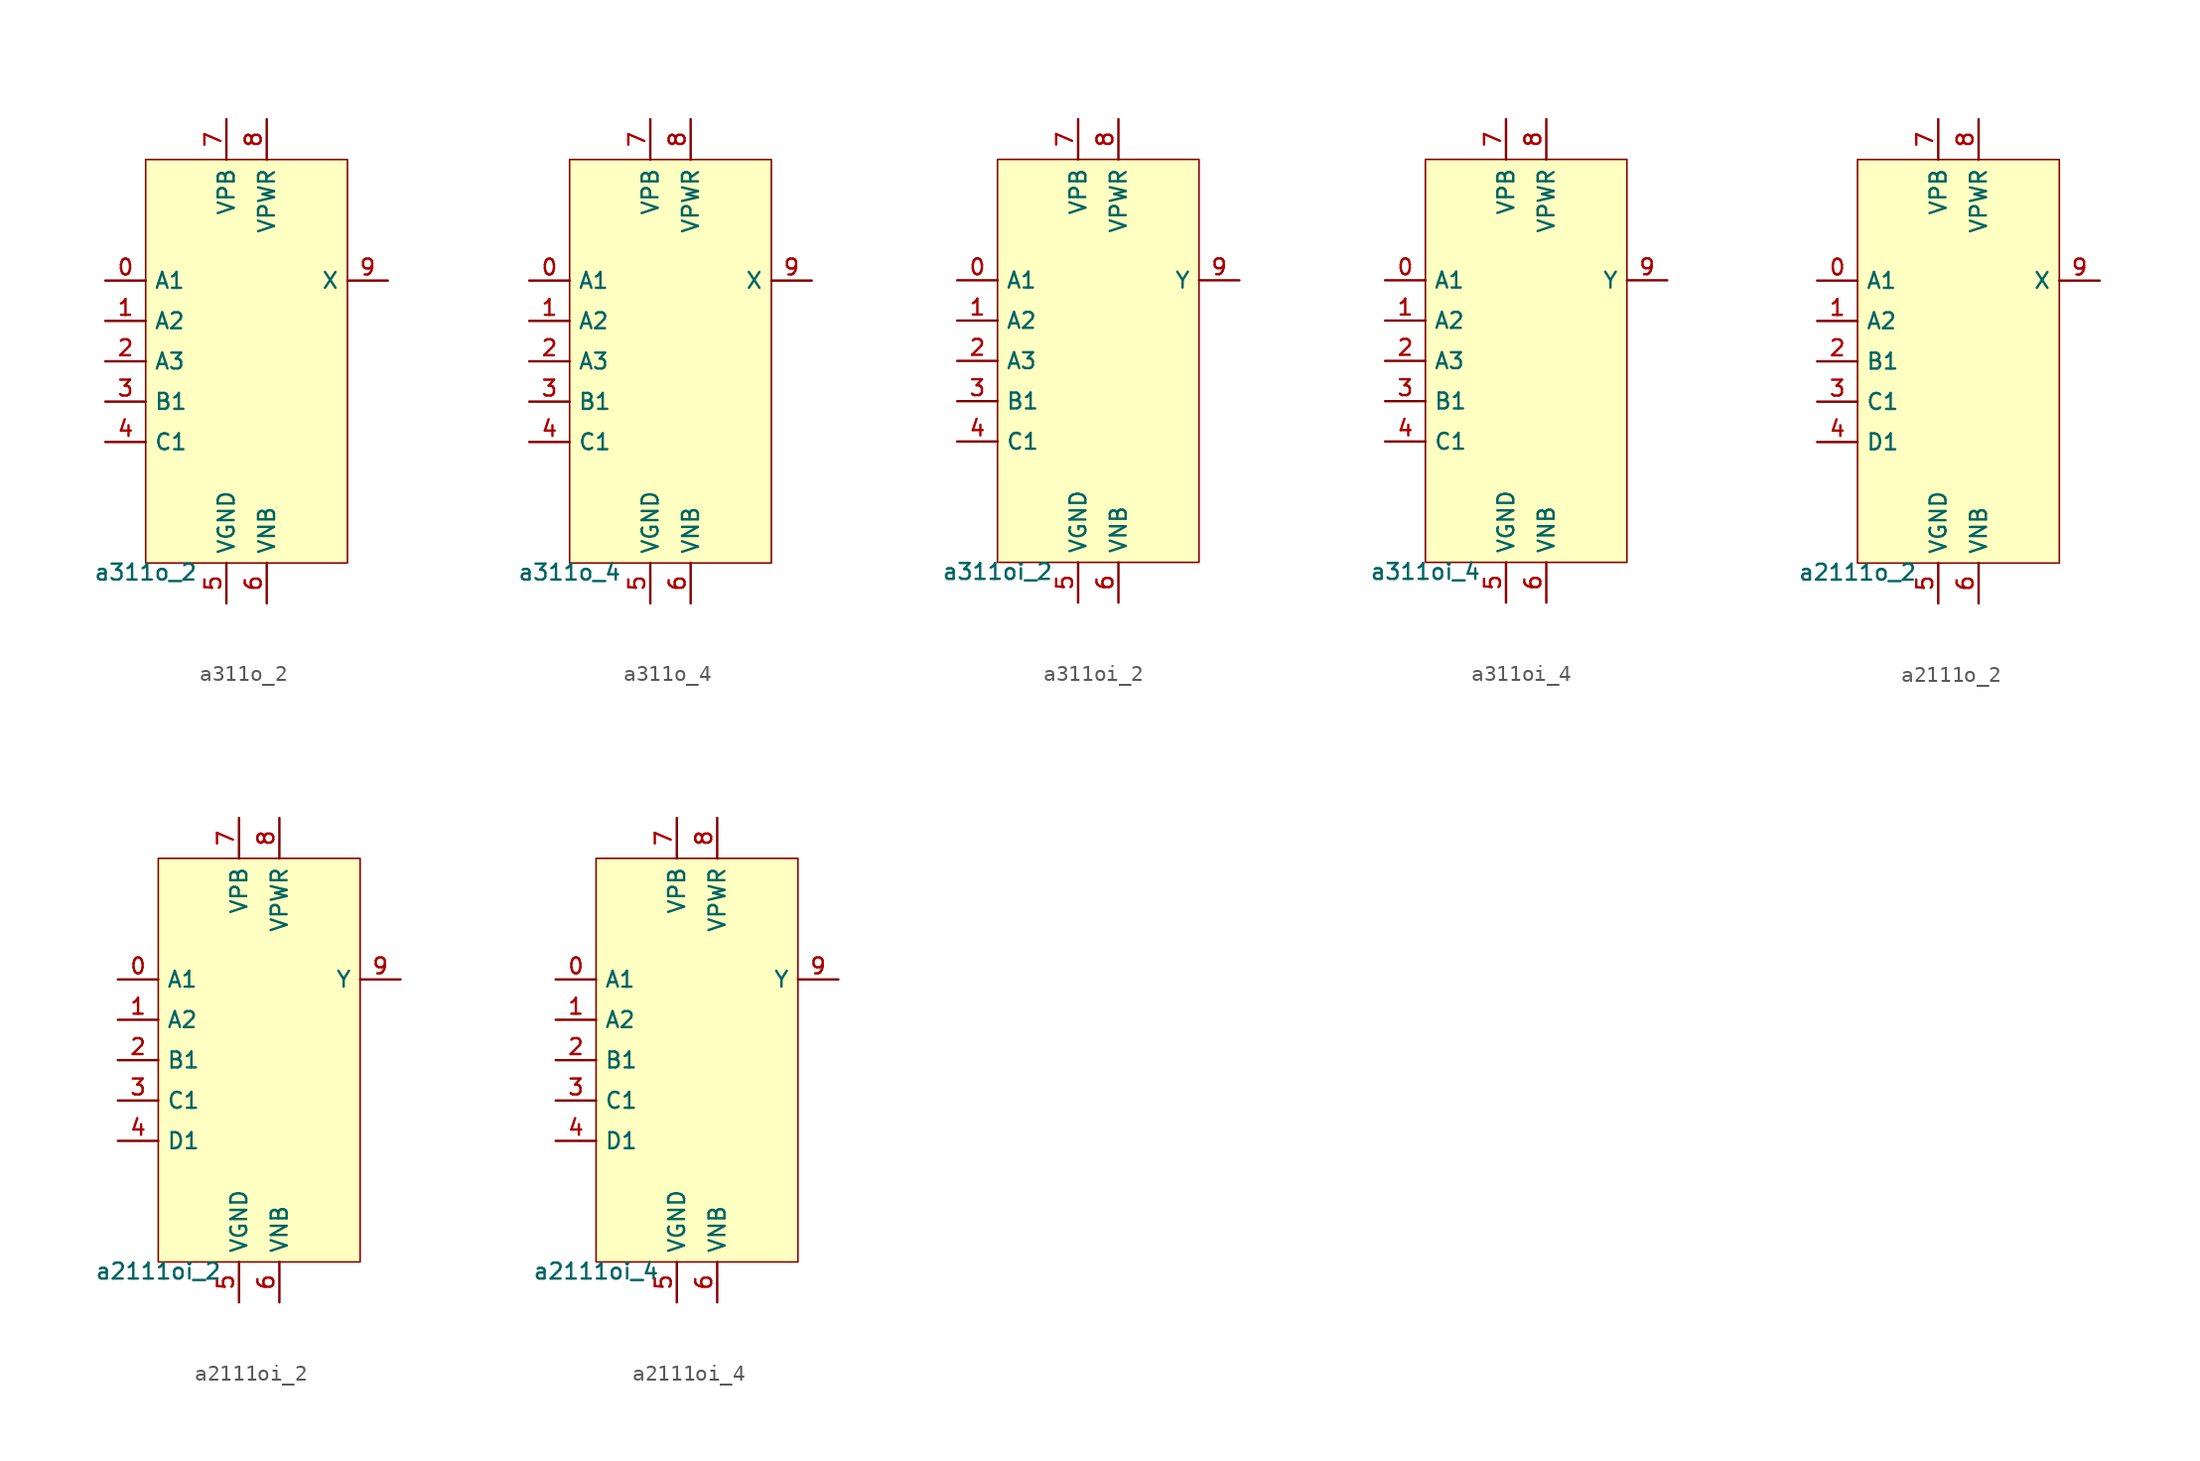
<source format=kicad_sym>
(kicad_symbol_lib
  (version 20211014)
  (generator pdk2kicad)
  (symbol "a311o_2"
    (property "Reference" "X"
      (at 0 0 0)
      (effects (font (size 1 1)) hide))
    (property "Value" "a311o_2"
      (at -6.35 -12.7 0)
      (effects (font (size 1 1)) (justify top)))
    (rectangle
      (start -6.35 -12.7)
      (end 6.35 12.7)
      (stroke (width 0.1) (type solid) (color 0 0 0 0))
      (fill (type background)))
    (pin input line
      (at -8.89 5.08 0)
      (length 2.54)
      (name "A1" (effects (font (size 1 1)) hide))
      (number "0" (effects (font (size 1 1)) hide)))
    (pin input line
      (at -8.89 2.54 0)
      (length 2.54)
      (name "A2" (effects (font (size 1 1)) hide))
      (number "1" (effects (font (size 1 1)) hide)))
    (pin input line
      (at -8.89 -8.881784197001252e-16 0)
      (length 2.54)
      (name "A3" (effects (font (size 1 1)) hide))
      (number "2" (effects (font (size 1 1)) hide)))
    (pin input line
      (at -8.89 -2.54 0)
      (length 2.54)
      (name "B1" (effects (font (size 1 1)) hide))
      (number "3" (effects (font (size 1 1)) hide)))
    (pin input line
      (at -8.89 -5.08 0)
      (length 2.54)
      (name "C1" (effects (font (size 1 1)) hide))
      (number "4" (effects (font (size 1 1)) hide)))
    (pin power_in line
      (at -1.27 -15.24 90)
      (length 2.54)
      (name "VGND" (effects (font (size 1 1)) hide))
      (number "5" (effects (font (size 1 1)) hide)))
    (pin power_in line
      (at 1.27 -15.24 90)
      (length 2.54)
      (name "VNB" (effects (font (size 1 1)) hide))
      (number "6" (effects (font (size 1 1)) hide)))
    (pin power_in line
      (at -1.27 15.24 270)
      (length 2.54)
      (name "VPB" (effects (font (size 1 1)) hide))
      (number "7" (effects (font (size 1 1)) hide)))
    (pin power_in line
      (at 1.27 15.24 270)
      (length 2.54)
      (name "VPWR" (effects (font (size 1 1)) hide))
      (number "8" (effects (font (size 1 1)) hide)))
    (pin output line
      (at 8.89 5.08 180)
      (length 2.54)
      (name "X" (effects (font (size 1 1)) hide))
      (number "9" (effects (font (size 1 1)) hide))))
  (symbol "a311o_4"
    (property "Reference" "X"
      (at 0 0 0)
      (effects (font (size 1 1)) hide))
    (property "Value" "a311o_4"
      (at -6.35 -12.7 0)
      (effects (font (size 1 1)) (justify top)))
    (rectangle
      (start -6.35 -12.7)
      (end 6.35 12.7)
      (stroke (width 0.1) (type solid) (color 0 0 0 0))
      (fill (type background)))
    (pin input line
      (at -8.89 5.08 0)
      (length 2.54)
      (name "A1" (effects (font (size 1 1)) hide))
      (number "0" (effects (font (size 1 1)) hide)))
    (pin input line
      (at -8.89 2.54 0)
      (length 2.54)
      (name "A2" (effects (font (size 1 1)) hide))
      (number "1" (effects (font (size 1 1)) hide)))
    (pin input line
      (at -8.89 -8.881784197001252e-16 0)
      (length 2.54)
      (name "A3" (effects (font (size 1 1)) hide))
      (number "2" (effects (font (size 1 1)) hide)))
    (pin input line
      (at -8.89 -2.54 0)
      (length 2.54)
      (name "B1" (effects (font (size 1 1)) hide))
      (number "3" (effects (font (size 1 1)) hide)))
    (pin input line
      (at -8.89 -5.08 0)
      (length 2.54)
      (name "C1" (effects (font (size 1 1)) hide))
      (number "4" (effects (font (size 1 1)) hide)))
    (pin power_in line
      (at -1.27 -15.24 90)
      (length 2.54)
      (name "VGND" (effects (font (size 1 1)) hide))
      (number "5" (effects (font (size 1 1)) hide)))
    (pin power_in line
      (at 1.27 -15.24 90)
      (length 2.54)
      (name "VNB" (effects (font (size 1 1)) hide))
      (number "6" (effects (font (size 1 1)) hide)))
    (pin power_in line
      (at -1.27 15.24 270)
      (length 2.54)
      (name "VPB" (effects (font (size 1 1)) hide))
      (number "7" (effects (font (size 1 1)) hide)))
    (pin power_in line
      (at 1.27 15.24 270)
      (length 2.54)
      (name "VPWR" (effects (font (size 1 1)) hide))
      (number "8" (effects (font (size 1 1)) hide)))
    (pin output line
      (at 8.89 5.08 180)
      (length 2.54)
      (name "X" (effects (font (size 1 1)) hide))
      (number "9" (effects (font (size 1 1)) hide))))
  (symbol "a311oi_2"
    (property "Reference" "X"
      (at 0 0 0)
      (effects (font (size 1 1)) hide))
    (property "Value" "a311oi_2"
      (at -6.35 -12.7 0)
      (effects (font (size 1 1)) (justify top)))
    (rectangle
      (start -6.35 -12.7)
      (end 6.35 12.7)
      (stroke (width 0.1) (type solid) (color 0 0 0 0))
      (fill (type background)))
    (pin input line
      (at -8.89 5.08 0)
      (length 2.54)
      (name "A1" (effects (font (size 1 1)) hide))
      (number "0" (effects (font (size 1 1)) hide)))
    (pin input line
      (at -8.89 2.54 0)
      (length 2.54)
      (name "A2" (effects (font (size 1 1)) hide))
      (number "1" (effects (font (size 1 1)) hide)))
    (pin input line
      (at -8.89 -8.881784197001252e-16 0)
      (length 2.54)
      (name "A3" (effects (font (size 1 1)) hide))
      (number "2" (effects (font (size 1 1)) hide)))
    (pin input line
      (at -8.89 -2.54 0)
      (length 2.54)
      (name "B1" (effects (font (size 1 1)) hide))
      (number "3" (effects (font (size 1 1)) hide)))
    (pin input line
      (at -8.89 -5.08 0)
      (length 2.54)
      (name "C1" (effects (font (size 1 1)) hide))
      (number "4" (effects (font (size 1 1)) hide)))
    (pin power_in line
      (at -1.27 -15.24 90)
      (length 2.54)
      (name "VGND" (effects (font (size 1 1)) hide))
      (number "5" (effects (font (size 1 1)) hide)))
    (pin power_in line
      (at 1.27 -15.24 90)
      (length 2.54)
      (name "VNB" (effects (font (size 1 1)) hide))
      (number "6" (effects (font (size 1 1)) hide)))
    (pin power_in line
      (at -1.27 15.24 270)
      (length 2.54)
      (name "VPB" (effects (font (size 1 1)) hide))
      (number "7" (effects (font (size 1 1)) hide)))
    (pin power_in line
      (at 1.27 15.24 270)
      (length 2.54)
      (name "VPWR" (effects (font (size 1 1)) hide))
      (number "8" (effects (font (size 1 1)) hide)))
    (pin output line
      (at 8.89 5.08 180)
      (length 2.54)
      (name "Y" (effects (font (size 1 1)) hide))
      (number "9" (effects (font (size 1 1)) hide))))
  (symbol "a311oi_4"
    (property "Reference" "X"
      (at 0 0 0)
      (effects (font (size 1 1)) hide))
    (property "Value" "a311oi_4"
      (at -6.35 -12.7 0)
      (effects (font (size 1 1)) (justify top)))
    (rectangle
      (start -6.35 -12.7)
      (end 6.35 12.7)
      (stroke (width 0.1) (type solid) (color 0 0 0 0))
      (fill (type background)))
    (pin input line
      (at -8.89 5.08 0)
      (length 2.54)
      (name "A1" (effects (font (size 1 1)) hide))
      (number "0" (effects (font (size 1 1)) hide)))
    (pin input line
      (at -8.89 2.54 0)
      (length 2.54)
      (name "A2" (effects (font (size 1 1)) hide))
      (number "1" (effects (font (size 1 1)) hide)))
    (pin input line
      (at -8.89 -8.881784197001252e-16 0)
      (length 2.54)
      (name "A3" (effects (font (size 1 1)) hide))
      (number "2" (effects (font (size 1 1)) hide)))
    (pin input line
      (at -8.89 -2.54 0)
      (length 2.54)
      (name "B1" (effects (font (size 1 1)) hide))
      (number "3" (effects (font (size 1 1)) hide)))
    (pin input line
      (at -8.89 -5.08 0)
      (length 2.54)
      (name "C1" (effects (font (size 1 1)) hide))
      (number "4" (effects (font (size 1 1)) hide)))
    (pin power_in line
      (at -1.27 -15.24 90)
      (length 2.54)
      (name "VGND" (effects (font (size 1 1)) hide))
      (number "5" (effects (font (size 1 1)) hide)))
    (pin power_in line
      (at 1.27 -15.24 90)
      (length 2.54)
      (name "VNB" (effects (font (size 1 1)) hide))
      (number "6" (effects (font (size 1 1)) hide)))
    (pin power_in line
      (at -1.27 15.24 270)
      (length 2.54)
      (name "VPB" (effects (font (size 1 1)) hide))
      (number "7" (effects (font (size 1 1)) hide)))
    (pin power_in line
      (at 1.27 15.24 270)
      (length 2.54)
      (name "VPWR" (effects (font (size 1 1)) hide))
      (number "8" (effects (font (size 1 1)) hide)))
    (pin output line
      (at 8.89 5.08 180)
      (length 2.54)
      (name "Y" (effects (font (size 1 1)) hide))
      (number "9" (effects (font (size 1 1)) hide))))
  (symbol "a2111o_2"
    (property "Reference" "X"
      (at 0 0 0)
      (effects (font (size 1 1)) hide))
    (property "Value" "a2111o_2"
      (at -6.35 -12.7 0)
      (effects (font (size 1 1)) (justify top)))
    (rectangle
      (start -6.35 -12.7)
      (end 6.35 12.7)
      (stroke (width 0.1) (type solid) (color 0 0 0 0))
      (fill (type background)))
    (pin input line
      (at -8.89 5.08 0)
      (length 2.54)
      (name "A1" (effects (font (size 1 1)) hide))
      (number "0" (effects (font (size 1 1)) hide)))
    (pin input line
      (at -8.89 2.54 0)
      (length 2.54)
      (name "A2" (effects (font (size 1 1)) hide))
      (number "1" (effects (font (size 1 1)) hide)))
    (pin input line
      (at -8.89 -8.881784197001252e-16 0)
      (length 2.54)
      (name "B1" (effects (font (size 1 1)) hide))
      (number "2" (effects (font (size 1 1)) hide)))
    (pin input line
      (at -8.89 -2.54 0)
      (length 2.54)
      (name "C1" (effects (font (size 1 1)) hide))
      (number "3" (effects (font (size 1 1)) hide)))
    (pin input line
      (at -8.89 -5.08 0)
      (length 2.54)
      (name "D1" (effects (font (size 1 1)) hide))
      (number "4" (effects (font (size 1 1)) hide)))
    (pin power_in line
      (at -1.27 -15.24 90)
      (length 2.54)
      (name "VGND" (effects (font (size 1 1)) hide))
      (number "5" (effects (font (size 1 1)) hide)))
    (pin power_in line
      (at 1.27 -15.24 90)
      (length 2.54)
      (name "VNB" (effects (font (size 1 1)) hide))
      (number "6" (effects (font (size 1 1)) hide)))
    (pin power_in line
      (at -1.27 15.24 270)
      (length 2.54)
      (name "VPB" (effects (font (size 1 1)) hide))
      (number "7" (effects (font (size 1 1)) hide)))
    (pin power_in line
      (at 1.27 15.24 270)
      (length 2.54)
      (name "VPWR" (effects (font (size 1 1)) hide))
      (number "8" (effects (font (size 1 1)) hide)))
    (pin output line
      (at 8.89 5.08 180)
      (length 2.54)
      (name "X" (effects (font (size 1 1)) hide))
      (number "9" (effects (font (size 1 1)) hide))))
  (symbol "a2111oi_2"
    (property "Reference" "X"
      (at 0 0 0)
      (effects (font (size 1 1)) hide))
    (property "Value" "a2111oi_2"
      (at -6.35 -12.7 0)
      (effects (font (size 1 1)) (justify top)))
    (rectangle
      (start -6.35 -12.7)
      (end 6.35 12.7)
      (stroke (width 0.1) (type solid) (color 0 0 0 0))
      (fill (type background)))
    (pin input line
      (at -8.89 5.08 0)
      (length 2.54)
      (name "A1" (effects (font (size 1 1)) hide))
      (number "0" (effects (font (size 1 1)) hide)))
    (pin input line
      (at -8.89 2.54 0)
      (length 2.54)
      (name "A2" (effects (font (size 1 1)) hide))
      (number "1" (effects (font (size 1 1)) hide)))
    (pin input line
      (at -8.89 -8.881784197001252e-16 0)
      (length 2.54)
      (name "B1" (effects (font (size 1 1)) hide))
      (number "2" (effects (font (size 1 1)) hide)))
    (pin input line
      (at -8.89 -2.54 0)
      (length 2.54)
      (name "C1" (effects (font (size 1 1)) hide))
      (number "3" (effects (font (size 1 1)) hide)))
    (pin input line
      (at -8.89 -5.08 0)
      (length 2.54)
      (name "D1" (effects (font (size 1 1)) hide))
      (number "4" (effects (font (size 1 1)) hide)))
    (pin power_in line
      (at -1.27 -15.24 90)
      (length 2.54)
      (name "VGND" (effects (font (size 1 1)) hide))
      (number "5" (effects (font (size 1 1)) hide)))
    (pin power_in line
      (at 1.27 -15.24 90)
      (length 2.54)
      (name "VNB" (effects (font (size 1 1)) hide))
      (number "6" (effects (font (size 1 1)) hide)))
    (pin power_in line
      (at -1.27 15.24 270)
      (length 2.54)
      (name "VPB" (effects (font (size 1 1)) hide))
      (number "7" (effects (font (size 1 1)) hide)))
    (pin power_in line
      (at 1.27 15.24 270)
      (length 2.54)
      (name "VPWR" (effects (font (size 1 1)) hide))
      (number "8" (effects (font (size 1 1)) hide)))
    (pin output line
      (at 8.89 5.08 180)
      (length 2.54)
      (name "Y" (effects (font (size 1 1)) hide))
      (number "9" (effects (font (size 1 1)) hide))))
  (symbol "a2111oi_4"
    (property "Reference" "X"
      (at 0 0 0)
      (effects (font (size 1 1)) hide))
    (property "Value" "a2111oi_4"
      (at -6.35 -12.7 0)
      (effects (font (size 1 1)) (justify top)))
    (rectangle
      (start -6.35 -12.7)
      (end 6.35 12.7)
      (stroke (width 0.1) (type solid) (color 0 0 0 0))
      (fill (type background)))
    (pin input line
      (at -8.89 5.08 0)
      (length 2.54)
      (name "A1" (effects (font (size 1 1)) hide))
      (number "0" (effects (font (size 1 1)) hide)))
    (pin input line
      (at -8.89 2.54 0)
      (length 2.54)
      (name "A2" (effects (font (size 1 1)) hide))
      (number "1" (effects (font (size 1 1)) hide)))
    (pin input line
      (at -8.89 -8.881784197001252e-16 0)
      (length 2.54)
      (name "B1" (effects (font (size 1 1)) hide))
      (number "2" (effects (font (size 1 1)) hide)))
    (pin input line
      (at -8.89 -2.54 0)
      (length 2.54)
      (name "C1" (effects (font (size 1 1)) hide))
      (number "3" (effects (font (size 1 1)) hide)))
    (pin input line
      (at -8.89 -5.08 0)
      (length 2.54)
      (name "D1" (effects (font (size 1 1)) hide))
      (number "4" (effects (font (size 1 1)) hide)))
    (pin power_in line
      (at -1.27 -15.24 90)
      (length 2.54)
      (name "VGND" (effects (font (size 1 1)) hide))
      (number "5" (effects (font (size 1 1)) hide)))
    (pin power_in line
      (at 1.27 -15.24 90)
      (length 2.54)
      (name "VNB" (effects (font (size 1 1)) hide))
      (number "6" (effects (font (size 1 1)) hide)))
    (pin power_in line
      (at -1.27 15.24 270)
      (length 2.54)
      (name "VPB" (effects (font (size 1 1)) hide))
      (number "7" (effects (font (size 1 1)) hide)))
    (pin power_in line
      (at 1.27 15.24 270)
      (length 2.54)
      (name "VPWR" (effects (font (size 1 1)) hide))
      (number "8" (effects (font (size 1 1)) hide)))
    (pin output line
      (at 8.89 5.08 180)
      (length 2.54)
      (name "Y" (effects (font (size 1 1)) hide))
      (number "9" (effects (font (size 1 1)) hide)))))
</source>
